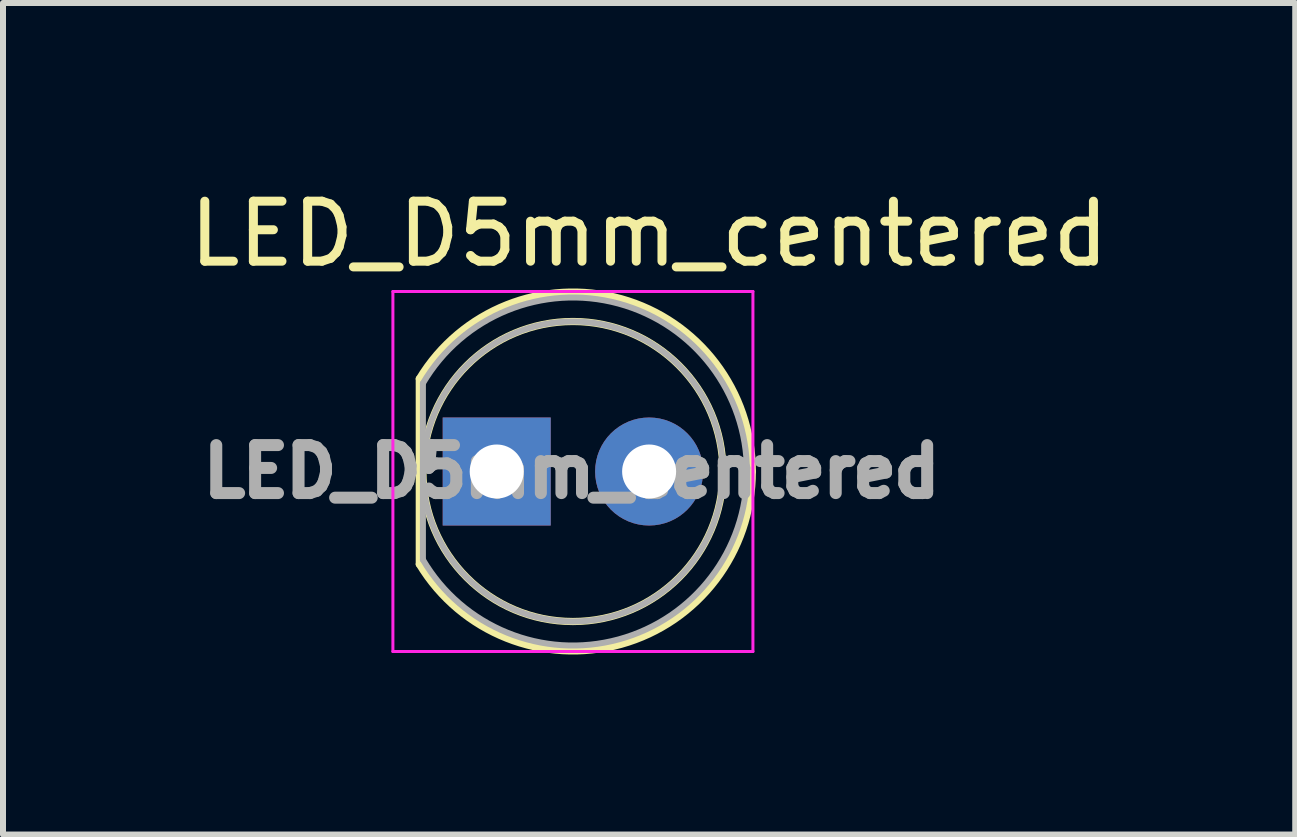
<source format=kicad_pcb>
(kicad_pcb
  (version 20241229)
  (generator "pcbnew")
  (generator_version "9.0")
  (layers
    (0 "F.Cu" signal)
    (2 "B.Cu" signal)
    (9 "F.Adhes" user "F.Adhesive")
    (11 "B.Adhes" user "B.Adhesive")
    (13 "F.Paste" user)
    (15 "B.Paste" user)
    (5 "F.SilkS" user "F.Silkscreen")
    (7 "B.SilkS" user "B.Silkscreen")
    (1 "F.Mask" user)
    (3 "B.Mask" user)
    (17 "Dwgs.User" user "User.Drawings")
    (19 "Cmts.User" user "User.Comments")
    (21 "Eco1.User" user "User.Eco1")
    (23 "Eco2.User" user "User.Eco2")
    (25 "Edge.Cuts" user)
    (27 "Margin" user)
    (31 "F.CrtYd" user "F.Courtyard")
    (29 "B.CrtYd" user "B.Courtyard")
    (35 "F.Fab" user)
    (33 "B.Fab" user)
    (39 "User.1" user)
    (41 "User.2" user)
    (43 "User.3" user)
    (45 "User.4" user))
  (footprint "LED_D5mm_centered"
    (layer "F.Cu")
    (at 6.498 4.808)
    (property "Reference" "LED_D5mm_centered" (at 1.27 -3.96 0) (layer "F.SilkS") (effects (font (size 1 1) (thickness 0.15))))
    (attr through_hole)
    (fp_line (start -2.56 -1.545) (end -2.56 1.545) (stroke (width 0.12) (type solid)) (layer "F.SilkS"))
    (fp_arc (start -2.56 -1.54483) (mid 0.802002 -2.880433) (end 2.99 0.000462) (stroke (width 0.12) (type solid)) (layer "F.SilkS"))
    (fp_arc (start 2.99 -0.000462) (mid 0.802002 2.880433) (end -2.56 1.54483) (stroke (width 0.12) (type solid)) (layer "F.SilkS"))
    (fp_circle (center 0 0) (end 2.5 0) (stroke (width 0.12) (type solid)) (fill no) (layer "F.SilkS"))
    (fp_line (start -3 -3) (end -3 3) (stroke (width 0.05) (type solid)) (layer "F.CrtYd"))
    (fp_line (start -3 3) (end 3 3) (stroke (width 0.05) (type solid)) (layer "F.CrtYd"))
    (fp_line (start 3 -3) (end -3 -3) (stroke (width 0.05) (type solid)) (layer "F.CrtYd"))
    (fp_line (start 3 3) (end 3 -3) (stroke (width 0.05) (type solid)) (layer "F.CrtYd"))
    (fp_line (start -2.5 -1.47) (end -2.5 1.47) (stroke (width 0.1) (type solid)) (layer "F.Fab"))
    (fp_arc (start -2.5 -1.469694) (mid 2.9 0.000016) (end -2.500016 1.469666) (stroke (width 0.1) (type solid)) (layer "F.Fab"))
    (fp_circle (center 0 0) (end 2.5 0) (stroke (width 0.1) (type solid)) (fill no) (layer "F.Fab"))
    (fp_text user "${REFERENCE}" (at -0.02 0 0) (layer "F.Fab") (effects (font (size 0.8 0.8) (thickness 0.2))))
    (pad "1" thru_hole rect (at -1.27 0) (size 1.8 1.8) (drill 0.9) (layers "*.Cu" "*.Mask"))
    (pad "2" thru_hole circle (at 1.27 0) (size 1.8 1.8) (drill 0.9) (layers "*.Cu" "*.Mask")))
  (gr_rect
    (start -3 -3)
    (end 18.536 10.858)
    (stroke (width 0.1) (type default))
    (fill no)
    (layer "Edge.Cuts")))
</source>
